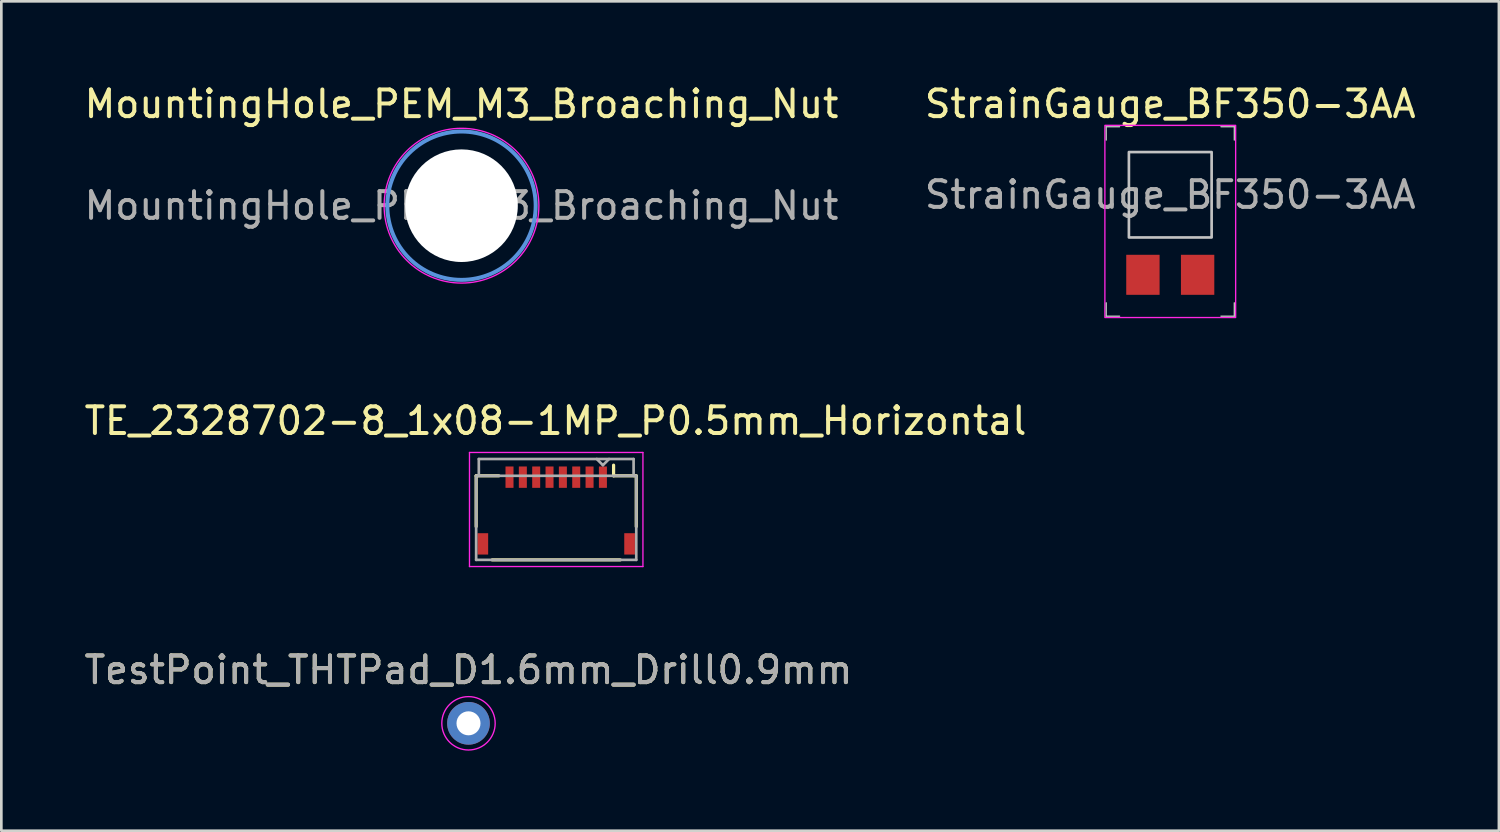
<source format=kicad_pcb>
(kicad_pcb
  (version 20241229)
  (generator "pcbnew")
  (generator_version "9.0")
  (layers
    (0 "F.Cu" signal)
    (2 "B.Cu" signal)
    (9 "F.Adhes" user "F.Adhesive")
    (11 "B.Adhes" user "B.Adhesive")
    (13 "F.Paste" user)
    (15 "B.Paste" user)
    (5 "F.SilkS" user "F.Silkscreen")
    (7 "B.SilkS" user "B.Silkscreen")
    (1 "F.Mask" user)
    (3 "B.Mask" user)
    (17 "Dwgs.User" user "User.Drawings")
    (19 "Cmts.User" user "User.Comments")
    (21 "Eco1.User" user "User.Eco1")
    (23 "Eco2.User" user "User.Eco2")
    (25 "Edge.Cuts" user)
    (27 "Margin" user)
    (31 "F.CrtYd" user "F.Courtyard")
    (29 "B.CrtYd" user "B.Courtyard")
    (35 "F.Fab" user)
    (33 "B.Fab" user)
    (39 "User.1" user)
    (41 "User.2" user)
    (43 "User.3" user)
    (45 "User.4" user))
  (footprint "TestPoint_THTPad_D1.6mm_Drill0.9mm"
    (layer "F.Cu")
    (at 14.506 24.055)
    (property "Reference" "TestPoint_THTPad_D1.6mm_Drill0.9mm" (at 0 -1.998 0) (layer "F.SilkS") (effects (font (size 1 1) (thickness 0.15))))
    (attr exclude_from_pos_files exclude_from_bom)
    (fp_circle (center 0 0) (end 1 0) (stroke (width 0.05) (type solid)) (fill no) (layer "F.CrtYd"))
    (fp_text user "${REFERENCE}" (at 0 -2 0) (layer "F.Fab") (effects (font (size 1 1) (thickness 0.15))))
    (pad "1" thru_hole circle (at 0 0) (size 1.6 1.6) (drill 0.9) (layers "*.Cu" "*.Mask")))
  (footprint "TE_2328702-8_1x08-1MP_P0.5mm_Horizontal"
    (layer "F.Cu")
    (at 17.793 16.181)
    (property "Reference" "TE_2328702-8_1x08-1MP_P0.5mm_Horizontal" (at -0.025 -3.46 0) (layer "F.SilkS") (effects (font (size 1 1) (thickness 0.15))))
    (attr through_hole)
    (fp_line (start -3 -1.4) (end -3 0.5) (stroke (width 0.12) (type solid)) (layer "F.SilkS"))
    (fp_line (start -2.4 1.75) (end 2.4 1.75) (stroke (width 0.12) (type solid)) (layer "F.SilkS"))
    (fp_line (start -2.15 -1.4) (end -3 -1.4) (stroke (width 0.12) (type solid)) (layer "F.SilkS"))
    (fp_line (start 2.15 -1.4) (end 2.15 -1.8) (stroke (width 0.12) (type solid)) (layer "F.SilkS"))
    (fp_line (start 2.15 -1.4) (end 3 -1.4) (stroke (width 0.12) (type solid)) (layer "F.SilkS"))
    (fp_line (start 3 -1.4) (end 3 0.5) (stroke (width 0.12) (type solid)) (layer "F.SilkS"))
    (fp_line (start -3.25 -2.275) (end 3.25 -2.275) (stroke (width 0.05) (type solid)) (layer "F.CrtYd"))
    (fp_line (start -3.25 2) (end -3.25 -2.275) (stroke (width 0.05) (type solid)) (layer "F.CrtYd"))
    (fp_line (start 3.25 -2.275) (end 3.25 2) (stroke (width 0.05) (type solid)) (layer "F.CrtYd"))
    (fp_line (start 3.25 2) (end -3.25 2) (stroke (width 0.05) (type solid)) (layer "F.CrtYd"))
    (fp_line (start -3 -1.4) (end -2.9 -1.4) (stroke (width 0.1) (type solid)) (layer "F.Fab"))
    (fp_line (start -3 1.75) (end -3 -1.4) (stroke (width 0.1) (type solid)) (layer "F.Fab"))
    (fp_line (start -2.9 -2.03) (end 2.9 -2.03) (stroke (width 0.1) (type solid)) (layer "F.Fab"))
    (fp_line (start -2.9 -1.4) (end -2.9 -2.03) (stroke (width 0.1) (type solid)) (layer "F.Fab"))
    (fp_line (start -2.9 -1.4) (end 2.9 -1.4) (stroke (width 0.1) (type solid)) (layer "F.Fab"))
    (fp_line (start 1.75 -1.8) (end 1.52 -2.03) (stroke (width 0.1) (type solid)) (layer "F.Fab"))
    (fp_line (start 1.75 -1.8) (end 1.98 -2.03) (stroke (width 0.1) (type solid)) (layer "F.Fab"))
    (fp_line (start 2.9 -2.03) (end 2.9 -1.4) (stroke (width 0.1) (type solid)) (layer "F.Fab"))
    (fp_line (start 2.9 -1.4) (end 3 -1.4) (stroke (width 0.1) (type solid)) (layer "F.Fab"))
    (fp_line (start 3 -1.4) (end 3 1.75) (stroke (width 0.1) (type solid)) (layer "F.Fab"))
    (fp_line (start 3 1.75) (end -3 1.75) (stroke (width 0.1) (type solid)) (layer "F.Fab"))
    (pad "1" smd rect (at 1.75 -1.35) (size 0.3 0.8) (layers "F.Cu" "F.Mask" "F.Paste"))
    (pad "2" smd rect (at 1.25 -1.35) (size 0.3 0.8) (layers "F.Cu" "F.Mask" "F.Paste"))
    (pad "3" smd rect (at 0.75 -1.35) (size 0.3 0.8) (layers "F.Cu" "F.Mask" "F.Paste"))
    (pad "4" smd rect (at 0.25 -1.35) (size 0.3 0.8) (layers "F.Cu" "F.Mask" "F.Paste"))
    (pad "5" smd rect (at -0.25 -1.35) (size 0.3 0.8) (layers "F.Cu" "F.Mask" "F.Paste"))
    (pad "6" smd rect (at -0.75 -1.35) (size 0.3 0.8) (layers "F.Cu" "F.Mask" "F.Paste"))
    (pad "7" smd rect (at -1.25 -1.35) (size 0.3 0.8) (layers "F.Cu" "F.Mask" "F.Paste"))
    (pad "8" smd rect (at -1.75 -1.35) (size 0.3 0.8) (layers "F.Cu" "F.Mask" "F.Paste"))
    (pad "MP" smd rect (at -2.75 1.15) (size 0.4 0.8) (layers "F.Cu" "F.Mask" "F.Paste"))
    (pad "MP" smd rect (at 2.75 1.15) (size 0.4 0.8) (layers "F.Cu" "F.Mask" "F.Paste")))
  (footprint "StrainGauge_BF350-3AA"
    (layer "F.Cu")
    (at 40.804 4.248)
    (property "Reference" "StrainGauge_BF350-3AA" (at 0 -3.4 0) (unlocked yes) (layer "F.SilkS") (effects (font (size 1 1) (thickness 0.15))))
    (attr smd)
    (fp_line (start -2.4 -2.55) (end -2.4 -2.05) (stroke (width 0.05) (type solid)) (layer "Dwgs.User"))
    (fp_line (start -2.4 -2.55) (end -1.9 -2.55) (stroke (width 0.05) (type solid)) (layer "Dwgs.User"))
    (fp_line (start -2.4 4.55) (end -2.4 4.05) (stroke (width 0.05) (type solid)) (layer "Dwgs.User"))
    (fp_line (start -2.4 4.55) (end -1.9 4.55) (stroke (width 0.05) (type solid)) (layer "Dwgs.User"))
    (fp_line (start 2.4 -2.55) (end 1.9 -2.55) (stroke (width 0.05) (type solid)) (layer "Dwgs.User"))
    (fp_line (start 2.4 -2.55) (end 2.4 -2.05) (stroke (width 0.05) (type solid)) (layer "Dwgs.User"))
    (fp_line (start 2.4 4.55) (end 1.9 4.55) (stroke (width 0.05) (type solid)) (layer "Dwgs.User"))
    (fp_line (start 2.4 4.55) (end 2.4 4.05) (stroke (width 0.05) (type solid)) (layer "Dwgs.User"))
    (fp_rect (start -1.55 -1.6) (end 1.55 1.6) (stroke (width 0.1) (type solid)) (fill no) (layer "Dwgs.User"))
    (fp_rect (start -2.45 -2.6) (end 2.45 4.6) (stroke (width 0.05) (type solid)) (fill no) (layer "F.CrtYd"))
    (fp_text user "${REFERENCE}" (at 0 0 0) (unlocked yes) (layer "F.Fab") (effects (font (size 1 1) (thickness 0.15))))
    (pad "1" smd rect (at -1.025 3) (size 1.25 1.5) (layers "F.Cu" "F.Mask" "F.Paste"))
    (pad "2" smd rect (at 1.025 3) (size 1.25 1.5) (layers "F.Cu" "F.Mask" "F.Paste")))
  (footprint "MountingHole_PEM_M3_Broaching_Nut"
    (layer "F.Cu")
    (at 14.244 4.658)
    (property "Reference" "MountingHole_PEM_M3_Broaching_Nut" (at 0 -3.81 0) (layer "F.SilkS") (effects (font (size 1 1) (thickness 0.15))))
    (attr exclude_from_pos_files exclude_from_bom)
    (fp_circle (center 0 0) (end 2.78 0) (stroke (width 0.15) (type solid)) (fill no) (layer "Cmts.User"))
    (fp_circle (center 0 0) (end 2.9 0) (stroke (width 0.05) (type solid)) (fill no) (layer "F.CrtYd"))
    (fp_text user "${REFERENCE}" (at 0 0 0) (layer "F.Fab") (effects (font (size 1 1) (thickness 0.15))))
    (pad "" np_thru_hole circle (at 0 0) (size 4.22 4.22) (drill 4.22) (layers "*.Cu" "*.Mask")))
  (gr_rect
    (start -3 -3)
    (end 53.119 28.08)
    (stroke (width 0.1) (type default))
    (fill no)
    (layer "Edge.Cuts")))
</source>
